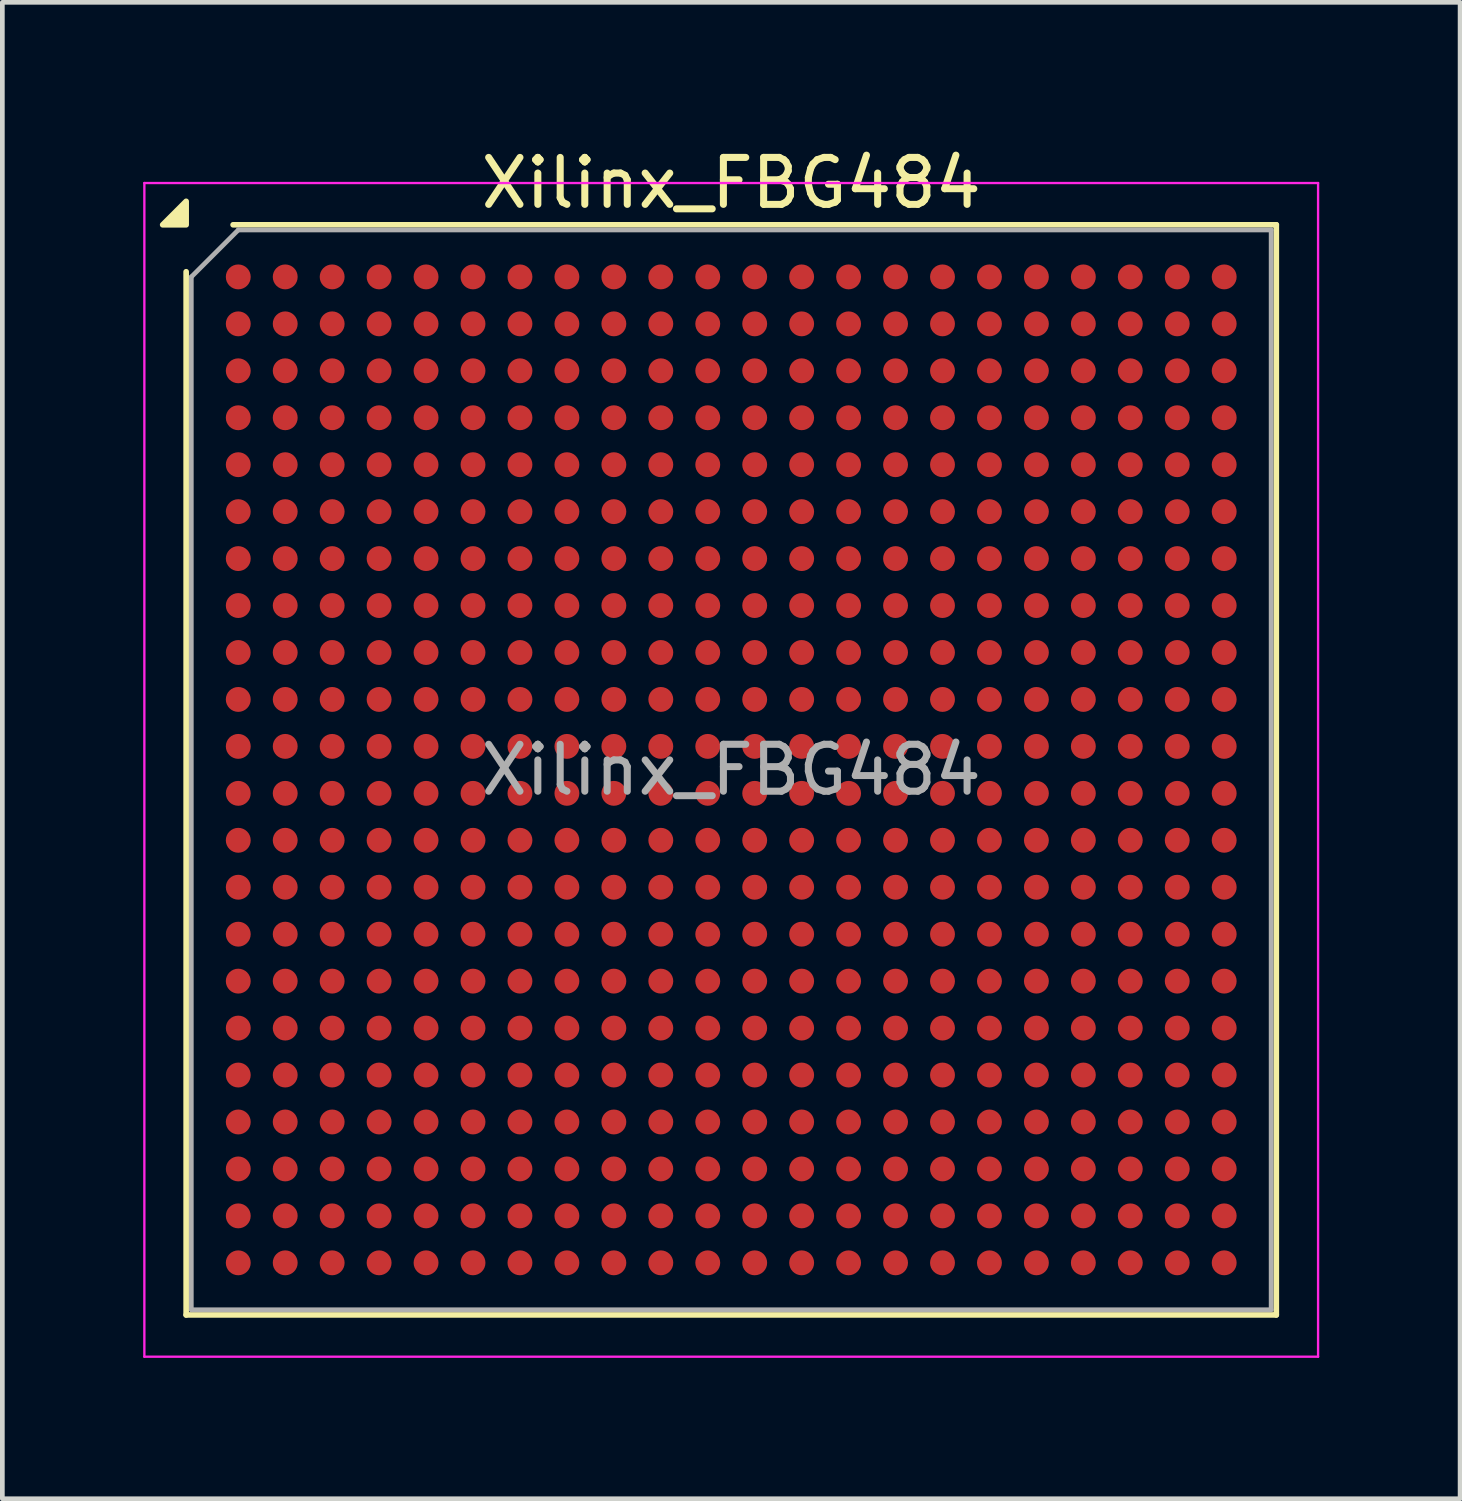
<source format=kicad_pcb>
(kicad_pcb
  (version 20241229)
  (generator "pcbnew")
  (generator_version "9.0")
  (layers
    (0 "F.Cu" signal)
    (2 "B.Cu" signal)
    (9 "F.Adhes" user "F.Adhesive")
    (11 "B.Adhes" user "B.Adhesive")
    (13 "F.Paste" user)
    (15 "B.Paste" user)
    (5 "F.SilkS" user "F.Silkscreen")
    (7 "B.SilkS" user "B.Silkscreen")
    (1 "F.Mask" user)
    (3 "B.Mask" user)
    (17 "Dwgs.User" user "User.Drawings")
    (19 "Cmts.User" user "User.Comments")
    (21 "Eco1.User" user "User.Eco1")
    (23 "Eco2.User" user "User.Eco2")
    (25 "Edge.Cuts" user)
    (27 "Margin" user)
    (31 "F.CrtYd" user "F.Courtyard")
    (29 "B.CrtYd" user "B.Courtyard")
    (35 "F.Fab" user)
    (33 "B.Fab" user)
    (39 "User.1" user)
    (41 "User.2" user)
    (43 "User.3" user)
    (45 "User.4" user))
  (footprint "Xilinx_FBG484"
    (layer "F.Cu")
    (at 12.525 13.348)
    (property "Reference" "Xilinx_FBG484" (at 0 -12.5 0) (layer "F.SilkS") (effects (font (size 1 1) (thickness 0.15))))
    (attr smd)
    (fp_line (start -11.61 11.61) (end -11.61 -10.61) (stroke (width 0.12) (type solid)) (layer "F.SilkS"))
    (fp_line (start -10.61 -11.61) (end 11.61 -11.61) (stroke (width 0.12) (type solid)) (layer "F.SilkS"))
    (fp_line (start 11.61 -11.61) (end 11.61 11.61) (stroke (width 0.12) (type solid)) (layer "F.SilkS"))
    (fp_line (start 11.61 11.61) (end -11.61 11.61) (stroke (width 0.12) (type solid)) (layer "F.SilkS"))
    (fp_poly (pts (xy -11.61 -11.61) (xy -12.11 -11.61) (xy -11.61 -12.11) (xy -11.61 -11.61)) (stroke (width 0.12) (type solid)) (fill yes) (layer "F.SilkS"))
    (fp_line (start -12.5 -12.5) (end -12.5 12.5) (stroke (width 0.05) (type solid)) (layer "F.CrtYd"))
    (fp_line (start -12.5 12.5) (end 12.5 12.5) (stroke (width 0.05) (type solid)) (layer "F.CrtYd"))
    (fp_line (start 12.5 -12.5) (end -12.5 -12.5) (stroke (width 0.05) (type solid)) (layer "F.CrtYd"))
    (fp_line (start 12.5 12.5) (end 12.5 -12.5) (stroke (width 0.05) (type solid)) (layer "F.CrtYd"))
    (fp_line (start -11.5 -10.5) (end -10.5 -11.5) (stroke (width 0.1) (type solid)) (layer "F.Fab"))
    (fp_line (start -11.5 11.5) (end -11.5 -10.5) (stroke (width 0.1) (type solid)) (layer "F.Fab"))
    (fp_line (start -10.5 -11.5) (end 11.5 -11.5) (stroke (width 0.1) (type solid)) (layer "F.Fab"))
    (fp_line (start 11.5 -11.5) (end 11.5 11.5) (stroke (width 0.1) (type solid)) (layer "F.Fab"))
    (fp_line (start 11.5 11.5) (end -11.5 11.5) (stroke (width 0.1) (type solid)) (layer "F.Fab"))
    (fp_text user "${REFERENCE}" (at 0 0 0) (layer "F.Fab") (effects (font (size 1 1) (thickness 0.15))))
    (pad "A1" smd circle (at -10.5 -10.5) (size 0.53 0.53) (property pad_prop_bga) (layers "F.Cu" "F.Mask" "F.Paste"))
    (pad "A2" smd circle (at -9.5 -10.5) (size 0.53 0.53) (property pad_prop_bga) (layers "F.Cu" "F.Mask" "F.Paste"))
    (pad "A3" smd circle (at -8.5 -10.5) (size 0.53 0.53) (property pad_prop_bga) (layers "F.Cu" "F.Mask" "F.Paste"))
    (pad "A4" smd circle (at -7.5 -10.5) (size 0.53 0.53) (property pad_prop_bga) (layers "F.Cu" "F.Mask" "F.Paste"))
    (pad "A5" smd circle (at -6.5 -10.5) (size 0.53 0.53) (property pad_prop_bga) (layers "F.Cu" "F.Mask" "F.Paste"))
    (pad "A6" smd circle (at -5.5 -10.5) (size 0.53 0.53) (property pad_prop_bga) (layers "F.Cu" "F.Mask" "F.Paste"))
    (pad "A7" smd circle (at -4.5 -10.5) (size 0.53 0.53) (property pad_prop_bga) (layers "F.Cu" "F.Mask" "F.Paste"))
    (pad "A8" smd circle (at -3.5 -10.5) (size 0.53 0.53) (property pad_prop_bga) (layers "F.Cu" "F.Mask" "F.Paste"))
    (pad "A9" smd circle (at -2.5 -10.5) (size 0.53 0.53) (property pad_prop_bga) (layers "F.Cu" "F.Mask" "F.Paste"))
    (pad "A10" smd circle (at -1.5 -10.5) (size 0.53 0.53) (property pad_prop_bga) (layers "F.Cu" "F.Mask" "F.Paste"))
    (pad "A11" smd circle (at -0.5 -10.5) (size 0.53 0.53) (property pad_prop_bga) (layers "F.Cu" "F.Mask" "F.Paste"))
    (pad "A12" smd circle (at 0.5 -10.5) (size 0.53 0.53) (property pad_prop_bga) (layers "F.Cu" "F.Mask" "F.Paste"))
    (pad "A13" smd circle (at 1.5 -10.5) (size 0.53 0.53) (property pad_prop_bga) (layers "F.Cu" "F.Mask" "F.Paste"))
    (pad "A14" smd circle (at 2.5 -10.5) (size 0.53 0.53) (property pad_prop_bga) (layers "F.Cu" "F.Mask" "F.Paste"))
    (pad "A15" smd circle (at 3.5 -10.5) (size 0.53 0.53) (property pad_prop_bga) (layers "F.Cu" "F.Mask" "F.Paste"))
    (pad "A16" smd circle (at 4.5 -10.5) (size 0.53 0.53) (property pad_prop_bga) (layers "F.Cu" "F.Mask" "F.Paste"))
    (pad "A17" smd circle (at 5.5 -10.5) (size 0.53 0.53) (property pad_prop_bga) (layers "F.Cu" "F.Mask" "F.Paste"))
    (pad "A18" smd circle (at 6.5 -10.5) (size 0.53 0.53) (property pad_prop_bga) (layers "F.Cu" "F.Mask" "F.Paste"))
    (pad "A19" smd circle (at 7.5 -10.5) (size 0.53 0.53) (property pad_prop_bga) (layers "F.Cu" "F.Mask" "F.Paste"))
    (pad "A20" smd circle (at 8.5 -10.5) (size 0.53 0.53) (property pad_prop_bga) (layers "F.Cu" "F.Mask" "F.Paste"))
    (pad "A21" smd circle (at 9.5 -10.5) (size 0.53 0.53) (property pad_prop_bga) (layers "F.Cu" "F.Mask" "F.Paste"))
    (pad "A22" smd circle (at 10.5 -10.5) (size 0.53 0.53) (property pad_prop_bga) (layers "F.Cu" "F.Mask" "F.Paste"))
    (pad "AA1" smd circle (at -10.5 9.5) (size 0.53 0.53) (property pad_prop_bga) (layers "F.Cu" "F.Mask" "F.Paste"))
    (pad "AA2" smd circle (at -9.5 9.5) (size 0.53 0.53) (property pad_prop_bga) (layers "F.Cu" "F.Mask" "F.Paste"))
    (pad "AA3" smd circle (at -8.5 9.5) (size 0.53 0.53) (property pad_prop_bga) (layers "F.Cu" "F.Mask" "F.Paste"))
    (pad "AA4" smd circle (at -7.5 9.5) (size 0.53 0.53) (property pad_prop_bga) (layers "F.Cu" "F.Mask" "F.Paste"))
    (pad "AA5" smd circle (at -6.5 9.5) (size 0.53 0.53) (property pad_prop_bga) (layers "F.Cu" "F.Mask" "F.Paste"))
    (pad "AA6" smd circle (at -5.5 9.5) (size 0.53 0.53) (property pad_prop_bga) (layers "F.Cu" "F.Mask" "F.Paste"))
    (pad "AA7" smd circle (at -4.5 9.5) (size 0.53 0.53) (property pad_prop_bga) (layers "F.Cu" "F.Mask" "F.Paste"))
    (pad "AA8" smd circle (at -3.5 9.5) (size 0.53 0.53) (property pad_prop_bga) (layers "F.Cu" "F.Mask" "F.Paste"))
    (pad "AA9" smd circle (at -2.5 9.5) (size 0.53 0.53) (property pad_prop_bga) (layers "F.Cu" "F.Mask" "F.Paste"))
    (pad "AA10" smd circle (at -1.5 9.5) (size 0.53 0.53) (property pad_prop_bga) (layers "F.Cu" "F.Mask" "F.Paste"))
    (pad "AA11" smd circle (at -0.5 9.5) (size 0.53 0.53) (property pad_prop_bga) (layers "F.Cu" "F.Mask" "F.Paste"))
    (pad "AA12" smd circle (at 0.5 9.5) (size 0.53 0.53) (property pad_prop_bga) (layers "F.Cu" "F.Mask" "F.Paste"))
    (pad "AA13" smd circle (at 1.5 9.5) (size 0.53 0.53) (property pad_prop_bga) (layers "F.Cu" "F.Mask" "F.Paste"))
    (pad "AA14" smd circle (at 2.5 9.5) (size 0.53 0.53) (property pad_prop_bga) (layers "F.Cu" "F.Mask" "F.Paste"))
    (pad "AA15" smd circle (at 3.5 9.5) (size 0.53 0.53) (property pad_prop_bga) (layers "F.Cu" "F.Mask" "F.Paste"))
    (pad "AA16" smd circle (at 4.5 9.5) (size 0.53 0.53) (property pad_prop_bga) (layers "F.Cu" "F.Mask" "F.Paste"))
    (pad "AA17" smd circle (at 5.5 9.5) (size 0.53 0.53) (property pad_prop_bga) (layers "F.Cu" "F.Mask" "F.Paste"))
    (pad "AA18" smd circle (at 6.5 9.5) (size 0.53 0.53) (property pad_prop_bga) (layers "F.Cu" "F.Mask" "F.Paste"))
    (pad "AA19" smd circle (at 7.5 9.5) (size 0.53 0.53) (property pad_prop_bga) (layers "F.Cu" "F.Mask" "F.Paste"))
    (pad "AA20" smd circle (at 8.5 9.5) (size 0.53 0.53) (property pad_prop_bga) (layers "F.Cu" "F.Mask" "F.Paste"))
    (pad "AA21" smd circle (at 9.5 9.5) (size 0.53 0.53) (property pad_prop_bga) (layers "F.Cu" "F.Mask" "F.Paste"))
    (pad "AA22" smd circle (at 10.5 9.5) (size 0.53 0.53) (property pad_prop_bga) (layers "F.Cu" "F.Mask" "F.Paste"))
    (pad "AB1" smd circle (at -10.5 10.5) (size 0.53 0.53) (property pad_prop_bga) (layers "F.Cu" "F.Mask" "F.Paste"))
    (pad "AB2" smd circle (at -9.5 10.5) (size 0.53 0.53) (property pad_prop_bga) (layers "F.Cu" "F.Mask" "F.Paste"))
    (pad "AB3" smd circle (at -8.5 10.5) (size 0.53 0.53) (property pad_prop_bga) (layers "F.Cu" "F.Mask" "F.Paste"))
    (pad "AB4" smd circle (at -7.5 10.5) (size 0.53 0.53) (property pad_prop_bga) (layers "F.Cu" "F.Mask" "F.Paste"))
    (pad "AB5" smd circle (at -6.5 10.5) (size 0.53 0.53) (property pad_prop_bga) (layers "F.Cu" "F.Mask" "F.Paste"))
    (pad "AB6" smd circle (at -5.5 10.5) (size 0.53 0.53) (property pad_prop_bga) (layers "F.Cu" "F.Mask" "F.Paste"))
    (pad "AB7" smd circle (at -4.5 10.5) (size 0.53 0.53) (property pad_prop_bga) (layers "F.Cu" "F.Mask" "F.Paste"))
    (pad "AB8" smd circle (at -3.5 10.5) (size 0.53 0.53) (property pad_prop_bga) (layers "F.Cu" "F.Mask" "F.Paste"))
    (pad "AB9" smd circle (at -2.5 10.5) (size 0.53 0.53) (property pad_prop_bga) (layers "F.Cu" "F.Mask" "F.Paste"))
    (pad "AB10" smd circle (at -1.5 10.5) (size 0.53 0.53) (property pad_prop_bga) (layers "F.Cu" "F.Mask" "F.Paste"))
    (pad "AB11" smd circle (at -0.5 10.5) (size 0.53 0.53) (property pad_prop_bga) (layers "F.Cu" "F.Mask" "F.Paste"))
    (pad "AB12" smd circle (at 0.5 10.5) (size 0.53 0.53) (property pad_prop_bga) (layers "F.Cu" "F.Mask" "F.Paste"))
    (pad "AB13" smd circle (at 1.5 10.5) (size 0.53 0.53) (property pad_prop_bga) (layers "F.Cu" "F.Mask" "F.Paste"))
    (pad "AB14" smd circle (at 2.5 10.5) (size 0.53 0.53) (property pad_prop_bga) (layers "F.Cu" "F.Mask" "F.Paste"))
    (pad "AB15" smd circle (at 3.5 10.5) (size 0.53 0.53) (property pad_prop_bga) (layers "F.Cu" "F.Mask" "F.Paste"))
    (pad "AB16" smd circle (at 4.5 10.5) (size 0.53 0.53) (property pad_prop_bga) (layers "F.Cu" "F.Mask" "F.Paste"))
    (pad "AB17" smd circle (at 5.5 10.5) (size 0.53 0.53) (property pad_prop_bga) (layers "F.Cu" "F.Mask" "F.Paste"))
    (pad "AB18" smd circle (at 6.5 10.5) (size 0.53 0.53) (property pad_prop_bga) (layers "F.Cu" "F.Mask" "F.Paste"))
    (pad "AB19" smd circle (at 7.5 10.5) (size 0.53 0.53) (property pad_prop_bga) (layers "F.Cu" "F.Mask" "F.Paste"))
    (pad "AB20" smd circle (at 8.5 10.5) (size 0.53 0.53) (property pad_prop_bga) (layers "F.Cu" "F.Mask" "F.Paste"))
    (pad "AB21" smd circle (at 9.5 10.5) (size 0.53 0.53) (property pad_prop_bga) (layers "F.Cu" "F.Mask" "F.Paste"))
    (pad "AB22" smd circle (at 10.5 10.5) (size 0.53 0.53) (property pad_prop_bga) (layers "F.Cu" "F.Mask" "F.Paste"))
    (pad "B1" smd circle (at -10.5 -9.5) (size 0.53 0.53) (property pad_prop_bga) (layers "F.Cu" "F.Mask" "F.Paste"))
    (pad "B2" smd circle (at -9.5 -9.5) (size 0.53 0.53) (property pad_prop_bga) (layers "F.Cu" "F.Mask" "F.Paste"))
    (pad "B3" smd circle (at -8.5 -9.5) (size 0.53 0.53) (property pad_prop_bga) (layers "F.Cu" "F.Mask" "F.Paste"))
    (pad "B4" smd circle (at -7.5 -9.5) (size 0.53 0.53) (property pad_prop_bga) (layers "F.Cu" "F.Mask" "F.Paste"))
    (pad "B5" smd circle (at -6.5 -9.5) (size 0.53 0.53) (property pad_prop_bga) (layers "F.Cu" "F.Mask" "F.Paste"))
    (pad "B6" smd circle (at -5.5 -9.5) (size 0.53 0.53) (property pad_prop_bga) (layers "F.Cu" "F.Mask" "F.Paste"))
    (pad "B7" smd circle (at -4.5 -9.5) (size 0.53 0.53) (property pad_prop_bga) (layers "F.Cu" "F.Mask" "F.Paste"))
    (pad "B8" smd circle (at -3.5 -9.5) (size 0.53 0.53) (property pad_prop_bga) (layers "F.Cu" "F.Mask" "F.Paste"))
    (pad "B9" smd circle (at -2.5 -9.5) (size 0.53 0.53) (property pad_prop_bga) (layers "F.Cu" "F.Mask" "F.Paste"))
    (pad "B10" smd circle (at -1.5 -9.5) (size 0.53 0.53) (property pad_prop_bga) (layers "F.Cu" "F.Mask" "F.Paste"))
    (pad "B11" smd circle (at -0.5 -9.5) (size 0.53 0.53) (property pad_prop_bga) (layers "F.Cu" "F.Mask" "F.Paste"))
    (pad "B12" smd circle (at 0.5 -9.5) (size 0.53 0.53) (property pad_prop_bga) (layers "F.Cu" "F.Mask" "F.Paste"))
    (pad "B13" smd circle (at 1.5 -9.5) (size 0.53 0.53) (property pad_prop_bga) (layers "F.Cu" "F.Mask" "F.Paste"))
    (pad "B14" smd circle (at 2.5 -9.5) (size 0.53 0.53) (property pad_prop_bga) (layers "F.Cu" "F.Mask" "F.Paste"))
    (pad "B15" smd circle (at 3.5 -9.5) (size 0.53 0.53) (property pad_prop_bga) (layers "F.Cu" "F.Mask" "F.Paste"))
    (pad "B16" smd circle (at 4.5 -9.5) (size 0.53 0.53) (property pad_prop_bga) (layers "F.Cu" "F.Mask" "F.Paste"))
    (pad "B17" smd circle (at 5.5 -9.5) (size 0.53 0.53) (property pad_prop_bga) (layers "F.Cu" "F.Mask" "F.Paste"))
    (pad "B18" smd circle (at 6.5 -9.5) (size 0.53 0.53) (property pad_prop_bga) (layers "F.Cu" "F.Mask" "F.Paste"))
    (pad "B19" smd circle (at 7.5 -9.5) (size 0.53 0.53) (property pad_prop_bga) (layers "F.Cu" "F.Mask" "F.Paste"))
    (pad "B20" smd circle (at 8.5 -9.5) (size 0.53 0.53) (property pad_prop_bga) (layers "F.Cu" "F.Mask" "F.Paste"))
    (pad "B21" smd circle (at 9.5 -9.5) (size 0.53 0.53) (property pad_prop_bga) (layers "F.Cu" "F.Mask" "F.Paste"))
    (pad "B22" smd circle (at 10.5 -9.5) (size 0.53 0.53) (property pad_prop_bga) (layers "F.Cu" "F.Mask" "F.Paste"))
    (pad "C1" smd circle (at -10.5 -8.5) (size 0.53 0.53) (property pad_prop_bga) (layers "F.Cu" "F.Mask" "F.Paste"))
    (pad "C2" smd circle (at -9.5 -8.5) (size 0.53 0.53) (property pad_prop_bga) (layers "F.Cu" "F.Mask" "F.Paste"))
    (pad "C3" smd circle (at -8.5 -8.5) (size 0.53 0.53) (property pad_prop_bga) (layers "F.Cu" "F.Mask" "F.Paste"))
    (pad "C4" smd circle (at -7.5 -8.5) (size 0.53 0.53) (property pad_prop_bga) (layers "F.Cu" "F.Mask" "F.Paste"))
    (pad "C5" smd circle (at -6.5 -8.5) (size 0.53 0.53) (property pad_prop_bga) (layers "F.Cu" "F.Mask" "F.Paste"))
    (pad "C6" smd circle (at -5.5 -8.5) (size 0.53 0.53) (property pad_prop_bga) (layers "F.Cu" "F.Mask" "F.Paste"))
    (pad "C7" smd circle (at -4.5 -8.5) (size 0.53 0.53) (property pad_prop_bga) (layers "F.Cu" "F.Mask" "F.Paste"))
    (pad "C8" smd circle (at -3.5 -8.5) (size 0.53 0.53) (property pad_prop_bga) (layers "F.Cu" "F.Mask" "F.Paste"))
    (pad "C9" smd circle (at -2.5 -8.5) (size 0.53 0.53) (property pad_prop_bga) (layers "F.Cu" "F.Mask" "F.Paste"))
    (pad "C10" smd circle (at -1.5 -8.5) (size 0.53 0.53) (property pad_prop_bga) (layers "F.Cu" "F.Mask" "F.Paste"))
    (pad "C11" smd circle (at -0.5 -8.5) (size 0.53 0.53) (property pad_prop_bga) (layers "F.Cu" "F.Mask" "F.Paste"))
    (pad "C12" smd circle (at 0.5 -8.5) (size 0.53 0.53) (property pad_prop_bga) (layers "F.Cu" "F.Mask" "F.Paste"))
    (pad "C13" smd circle (at 1.5 -8.5) (size 0.53 0.53) (property pad_prop_bga) (layers "F.Cu" "F.Mask" "F.Paste"))
    (pad "C14" smd circle (at 2.5 -8.5) (size 0.53 0.53) (property pad_prop_bga) (layers "F.Cu" "F.Mask" "F.Paste"))
    (pad "C15" smd circle (at 3.5 -8.5) (size 0.53 0.53) (property pad_prop_bga) (layers "F.Cu" "F.Mask" "F.Paste"))
    (pad "C16" smd circle (at 4.5 -8.5) (size 0.53 0.53) (property pad_prop_bga) (layers "F.Cu" "F.Mask" "F.Paste"))
    (pad "C17" smd circle (at 5.5 -8.5) (size 0.53 0.53) (property pad_prop_bga) (layers "F.Cu" "F.Mask" "F.Paste"))
    (pad "C18" smd circle (at 6.5 -8.5) (size 0.53 0.53) (property pad_prop_bga) (layers "F.Cu" "F.Mask" "F.Paste"))
    (pad "C19" smd circle (at 7.5 -8.5) (size 0.53 0.53) (property pad_prop_bga) (layers "F.Cu" "F.Mask" "F.Paste"))
    (pad "C20" smd circle (at 8.5 -8.5) (size 0.53 0.53) (property pad_prop_bga) (layers "F.Cu" "F.Mask" "F.Paste"))
    (pad "C21" smd circle (at 9.5 -8.5) (size 0.53 0.53) (property pad_prop_bga) (layers "F.Cu" "F.Mask" "F.Paste"))
    (pad "C22" smd circle (at 10.5 -8.5) (size 0.53 0.53) (property pad_prop_bga) (layers "F.Cu" "F.Mask" "F.Paste"))
    (pad "D1" smd circle (at -10.5 -7.5) (size 0.53 0.53) (property pad_prop_bga) (layers "F.Cu" "F.Mask" "F.Paste"))
    (pad "D2" smd circle (at -9.5 -7.5) (size 0.53 0.53) (property pad_prop_bga) (layers "F.Cu" "F.Mask" "F.Paste"))
    (pad "D3" smd circle (at -8.5 -7.5) (size 0.53 0.53) (property pad_prop_bga) (layers "F.Cu" "F.Mask" "F.Paste"))
    (pad "D4" smd circle (at -7.5 -7.5) (size 0.53 0.53) (property pad_prop_bga) (layers "F.Cu" "F.Mask" "F.Paste"))
    (pad "D5" smd circle (at -6.5 -7.5) (size 0.53 0.53) (property pad_prop_bga) (layers "F.Cu" "F.Mask" "F.Paste"))
    (pad "D6" smd circle (at -5.5 -7.5) (size 0.53 0.53) (property pad_prop_bga) (layers "F.Cu" "F.Mask" "F.Paste"))
    (pad "D7" smd circle (at -4.5 -7.5) (size 0.53 0.53) (property pad_prop_bga) (layers "F.Cu" "F.Mask" "F.Paste"))
    (pad "D8" smd circle (at -3.5 -7.5) (size 0.53 0.53) (property pad_prop_bga) (layers "F.Cu" "F.Mask" "F.Paste"))
    (pad "D9" smd circle (at -2.5 -7.5) (size 0.53 0.53) (property pad_prop_bga) (layers "F.Cu" "F.Mask" "F.Paste"))
    (pad "D10" smd circle (at -1.5 -7.5) (size 0.53 0.53) (property pad_prop_bga) (layers "F.Cu" "F.Mask" "F.Paste"))
    (pad "D11" smd circle (at -0.5 -7.5) (size 0.53 0.53) (property pad_prop_bga) (layers "F.Cu" "F.Mask" "F.Paste"))
    (pad "D12" smd circle (at 0.5 -7.5) (size 0.53 0.53) (property pad_prop_bga) (layers "F.Cu" "F.Mask" "F.Paste"))
    (pad "D13" smd circle (at 1.5 -7.5) (size 0.53 0.53) (property pad_prop_bga) (layers "F.Cu" "F.Mask" "F.Paste"))
    (pad "D14" smd circle (at 2.5 -7.5) (size 0.53 0.53) (property pad_prop_bga) (layers "F.Cu" "F.Mask" "F.Paste"))
    (pad "D15" smd circle (at 3.5 -7.5) (size 0.53 0.53) (property pad_prop_bga) (layers "F.Cu" "F.Mask" "F.Paste"))
    (pad "D16" smd circle (at 4.5 -7.5) (size 0.53 0.53) (property pad_prop_bga) (layers "F.Cu" "F.Mask" "F.Paste"))
    (pad "D17" smd circle (at 5.5 -7.5) (size 0.53 0.53) (property pad_prop_bga) (layers "F.Cu" "F.Mask" "F.Paste"))
    (pad "D18" smd circle (at 6.5 -7.5) (size 0.53 0.53) (property pad_prop_bga) (layers "F.Cu" "F.Mask" "F.Paste"))
    (pad "D19" smd circle (at 7.5 -7.5) (size 0.53 0.53) (property pad_prop_bga) (layers "F.Cu" "F.Mask" "F.Paste"))
    (pad "D20" smd circle (at 8.5 -7.5) (size 0.53 0.53) (property pad_prop_bga) (layers "F.Cu" "F.Mask" "F.Paste"))
    (pad "D21" smd circle (at 9.5 -7.5) (size 0.53 0.53) (property pad_prop_bga) (layers "F.Cu" "F.Mask" "F.Paste"))
    (pad "D22" smd circle (at 10.5 -7.5) (size 0.53 0.53) (property pad_prop_bga) (layers "F.Cu" "F.Mask" "F.Paste"))
    (pad "E1" smd circle (at -10.5 -6.5) (size 0.53 0.53) (property pad_prop_bga) (layers "F.Cu" "F.Mask" "F.Paste"))
    (pad "E2" smd circle (at -9.5 -6.5) (size 0.53 0.53) (property pad_prop_bga) (layers "F.Cu" "F.Mask" "F.Paste"))
    (pad "E3" smd circle (at -8.5 -6.5) (size 0.53 0.53) (property pad_prop_bga) (layers "F.Cu" "F.Mask" "F.Paste"))
    (pad "E4" smd circle (at -7.5 -6.5) (size 0.53 0.53) (property pad_prop_bga) (layers "F.Cu" "F.Mask" "F.Paste"))
    (pad "E5" smd circle (at -6.5 -6.5) (size 0.53 0.53) (property pad_prop_bga) (layers "F.Cu" "F.Mask" "F.Paste"))
    (pad "E6" smd circle (at -5.5 -6.5) (size 0.53 0.53) (property pad_prop_bga) (layers "F.Cu" "F.Mask" "F.Paste"))
    (pad "E7" smd circle (at -4.5 -6.5) (size 0.53 0.53) (property pad_prop_bga) (layers "F.Cu" "F.Mask" "F.Paste"))
    (pad "E8" smd circle (at -3.5 -6.5) (size 0.53 0.53) (property pad_prop_bga) (layers "F.Cu" "F.Mask" "F.Paste"))
    (pad "E9" smd circle (at -2.5 -6.5) (size 0.53 0.53) (property pad_prop_bga) (layers "F.Cu" "F.Mask" "F.Paste"))
    (pad "E10" smd circle (at -1.5 -6.5) (size 0.53 0.53) (property pad_prop_bga) (layers "F.Cu" "F.Mask" "F.Paste"))
    (pad "E11" smd circle (at -0.5 -6.5) (size 0.53 0.53) (property pad_prop_bga) (layers "F.Cu" "F.Mask" "F.Paste"))
    (pad "E12" smd circle (at 0.5 -6.5) (size 0.53 0.53) (property pad_prop_bga) (layers "F.Cu" "F.Mask" "F.Paste"))
    (pad "E13" smd circle (at 1.5 -6.5) (size 0.53 0.53) (property pad_prop_bga) (layers "F.Cu" "F.Mask" "F.Paste"))
    (pad "E14" smd circle (at 2.5 -6.5) (size 0.53 0.53) (property pad_prop_bga) (layers "F.Cu" "F.Mask" "F.Paste"))
    (pad "E15" smd circle (at 3.5 -6.5) (size 0.53 0.53) (property pad_prop_bga) (layers "F.Cu" "F.Mask" "F.Paste"))
    (pad "E16" smd circle (at 4.5 -6.5) (size 0.53 0.53) (property pad_prop_bga) (layers "F.Cu" "F.Mask" "F.Paste"))
    (pad "E17" smd circle (at 5.5 -6.5) (size 0.53 0.53) (property pad_prop_bga) (layers "F.Cu" "F.Mask" "F.Paste"))
    (pad "E18" smd circle (at 6.5 -6.5) (size 0.53 0.53) (property pad_prop_bga) (layers "F.Cu" "F.Mask" "F.Paste"))
    (pad "E19" smd circle (at 7.5 -6.5) (size 0.53 0.53) (property pad_prop_bga) (layers "F.Cu" "F.Mask" "F.Paste"))
    (pad "E20" smd circle (at 8.5 -6.5) (size 0.53 0.53) (property pad_prop_bga) (layers "F.Cu" "F.Mask" "F.Paste"))
    (pad "E21" smd circle (at 9.5 -6.5) (size 0.53 0.53) (property pad_prop_bga) (layers "F.Cu" "F.Mask" "F.Paste"))
    (pad "E22" smd circle (at 10.5 -6.5) (size 0.53 0.53) (property pad_prop_bga) (layers "F.Cu" "F.Mask" "F.Paste"))
    (pad "F1" smd circle (at -10.5 -5.5) (size 0.53 0.53) (property pad_prop_bga) (layers "F.Cu" "F.Mask" "F.Paste"))
    (pad "F2" smd circle (at -9.5 -5.5) (size 0.53 0.53) (property pad_prop_bga) (layers "F.Cu" "F.Mask" "F.Paste"))
    (pad "F3" smd circle (at -8.5 -5.5) (size 0.53 0.53) (property pad_prop_bga) (layers "F.Cu" "F.Mask" "F.Paste"))
    (pad "F4" smd circle (at -7.5 -5.5) (size 0.53 0.53) (property pad_prop_bga) (layers "F.Cu" "F.Mask" "F.Paste"))
    (pad "F5" smd circle (at -6.5 -5.5) (size 0.53 0.53) (property pad_prop_bga) (layers "F.Cu" "F.Mask" "F.Paste"))
    (pad "F6" smd circle (at -5.5 -5.5) (size 0.53 0.53) (property pad_prop_bga) (layers "F.Cu" "F.Mask" "F.Paste"))
    (pad "F7" smd circle (at -4.5 -5.5) (size 0.53 0.53) (property pad_prop_bga) (layers "F.Cu" "F.Mask" "F.Paste"))
    (pad "F8" smd circle (at -3.5 -5.5) (size 0.53 0.53) (property pad_prop_bga) (layers "F.Cu" "F.Mask" "F.Paste"))
    (pad "F9" smd circle (at -2.5 -5.5) (size 0.53 0.53) (property pad_prop_bga) (layers "F.Cu" "F.Mask" "F.Paste"))
    (pad "F10" smd circle (at -1.5 -5.5) (size 0.53 0.53) (property pad_prop_bga) (layers "F.Cu" "F.Mask" "F.Paste"))
    (pad "F11" smd circle (at -0.5 -5.5) (size 0.53 0.53) (property pad_prop_bga) (layers "F.Cu" "F.Mask" "F.Paste"))
    (pad "F12" smd circle (at 0.5 -5.5) (size 0.53 0.53) (property pad_prop_bga) (layers "F.Cu" "F.Mask" "F.Paste"))
    (pad "F13" smd circle (at 1.5 -5.5) (size 0.53 0.53) (property pad_prop_bga) (layers "F.Cu" "F.Mask" "F.Paste"))
    (pad "F14" smd circle (at 2.5 -5.5) (size 0.53 0.53) (property pad_prop_bga) (layers "F.Cu" "F.Mask" "F.Paste"))
    (pad "F15" smd circle (at 3.5 -5.5) (size 0.53 0.53) (property pad_prop_bga) (layers "F.Cu" "F.Mask" "F.Paste"))
    (pad "F16" smd circle (at 4.5 -5.5) (size 0.53 0.53) (property pad_prop_bga) (layers "F.Cu" "F.Mask" "F.Paste"))
    (pad "F17" smd circle (at 5.5 -5.5) (size 0.53 0.53) (property pad_prop_bga) (layers "F.Cu" "F.Mask" "F.Paste"))
    (pad "F18" smd circle (at 6.5 -5.5) (size 0.53 0.53) (property pad_prop_bga) (layers "F.Cu" "F.Mask" "F.Paste"))
    (pad "F19" smd circle (at 7.5 -5.5) (size 0.53 0.53) (property pad_prop_bga) (layers "F.Cu" "F.Mask" "F.Paste"))
    (pad "F20" smd circle (at 8.5 -5.5) (size 0.53 0.53) (property pad_prop_bga) (layers "F.Cu" "F.Mask" "F.Paste"))
    (pad "F21" smd circle (at 9.5 -5.5) (size 0.53 0.53) (property pad_prop_bga) (layers "F.Cu" "F.Mask" "F.Paste"))
    (pad "F22" smd circle (at 10.5 -5.5) (size 0.53 0.53) (property pad_prop_bga) (layers "F.Cu" "F.Mask" "F.Paste"))
    (pad "G1" smd circle (at -10.5 -4.5) (size 0.53 0.53) (property pad_prop_bga) (layers "F.Cu" "F.Mask" "F.Paste"))
    (pad "G2" smd circle (at -9.5 -4.5) (size 0.53 0.53) (property pad_prop_bga) (layers "F.Cu" "F.Mask" "F.Paste"))
    (pad "G3" smd circle (at -8.5 -4.5) (size 0.53 0.53) (property pad_prop_bga) (layers "F.Cu" "F.Mask" "F.Paste"))
    (pad "G4" smd circle (at -7.5 -4.5) (size 0.53 0.53) (property pad_prop_bga) (layers "F.Cu" "F.Mask" "F.Paste"))
    (pad "G5" smd circle (at -6.5 -4.5) (size 0.53 0.53) (property pad_prop_bga) (layers "F.Cu" "F.Mask" "F.Paste"))
    (pad "G6" smd circle (at -5.5 -4.5) (size 0.53 0.53) (property pad_prop_bga) (layers "F.Cu" "F.Mask" "F.Paste"))
    (pad "G7" smd circle (at -4.5 -4.5) (size 0.53 0.53) (property pad_prop_bga) (layers "F.Cu" "F.Mask" "F.Paste"))
    (pad "G8" smd circle (at -3.5 -4.5) (size 0.53 0.53) (property pad_prop_bga) (layers "F.Cu" "F.Mask" "F.Paste"))
    (pad "G9" smd circle (at -2.5 -4.5) (size 0.53 0.53) (property pad_prop_bga) (layers "F.Cu" "F.Mask" "F.Paste"))
    (pad "G10" smd circle (at -1.5 -4.5) (size 0.53 0.53) (property pad_prop_bga) (layers "F.Cu" "F.Mask" "F.Paste"))
    (pad "G11" smd circle (at -0.5 -4.5) (size 0.53 0.53) (property pad_prop_bga) (layers "F.Cu" "F.Mask" "F.Paste"))
    (pad "G12" smd circle (at 0.5 -4.5) (size 0.53 0.53) (property pad_prop_bga) (layers "F.Cu" "F.Mask" "F.Paste"))
    (pad "G13" smd circle (at 1.5 -4.5) (size 0.53 0.53) (property pad_prop_bga) (layers "F.Cu" "F.Mask" "F.Paste"))
    (pad "G14" smd circle (at 2.5 -4.5) (size 0.53 0.53) (property pad_prop_bga) (layers "F.Cu" "F.Mask" "F.Paste"))
    (pad "G15" smd circle (at 3.5 -4.5) (size 0.53 0.53) (property pad_prop_bga) (layers "F.Cu" "F.Mask" "F.Paste"))
    (pad "G16" smd circle (at 4.5 -4.5) (size 0.53 0.53) (property pad_prop_bga) (layers "F.Cu" "F.Mask" "F.Paste"))
    (pad "G17" smd circle (at 5.5 -4.5) (size 0.53 0.53) (property pad_prop_bga) (layers "F.Cu" "F.Mask" "F.Paste"))
    (pad "G18" smd circle (at 6.5 -4.5) (size 0.53 0.53) (property pad_prop_bga) (layers "F.Cu" "F.Mask" "F.Paste"))
    (pad "G19" smd circle (at 7.5 -4.5) (size 0.53 0.53) (property pad_prop_bga) (layers "F.Cu" "F.Mask" "F.Paste"))
    (pad "G20" smd circle (at 8.5 -4.5) (size 0.53 0.53) (property pad_prop_bga) (layers "F.Cu" "F.Mask" "F.Paste"))
    (pad "G21" smd circle (at 9.5 -4.5) (size 0.53 0.53) (property pad_prop_bga) (layers "F.Cu" "F.Mask" "F.Paste"))
    (pad "G22" smd circle (at 10.5 -4.5) (size 0.53 0.53) (property pad_prop_bga) (layers "F.Cu" "F.Mask" "F.Paste"))
    (pad "H1" smd circle (at -10.5 -3.5) (size 0.53 0.53) (property pad_prop_bga) (layers "F.Cu" "F.Mask" "F.Paste"))
    (pad "H2" smd circle (at -9.5 -3.5) (size 0.53 0.53) (property pad_prop_bga) (layers "F.Cu" "F.Mask" "F.Paste"))
    (pad "H3" smd circle (at -8.5 -3.5) (size 0.53 0.53) (property pad_prop_bga) (layers "F.Cu" "F.Mask" "F.Paste"))
    (pad "H4" smd circle (at -7.5 -3.5) (size 0.53 0.53) (property pad_prop_bga) (layers "F.Cu" "F.Mask" "F.Paste"))
    (pad "H5" smd circle (at -6.5 -3.5) (size 0.53 0.53) (property pad_prop_bga) (layers "F.Cu" "F.Mask" "F.Paste"))
    (pad "H6" smd circle (at -5.5 -3.5) (size 0.53 0.53) (property pad_prop_bga) (layers "F.Cu" "F.Mask" "F.Paste"))
    (pad "H7" smd circle (at -4.5 -3.5) (size 0.53 0.53) (property pad_prop_bga) (layers "F.Cu" "F.Mask" "F.Paste"))
    (pad "H8" smd circle (at -3.5 -3.5) (size 0.53 0.53) (property pad_prop_bga) (layers "F.Cu" "F.Mask" "F.Paste"))
    (pad "H9" smd circle (at -2.5 -3.5) (size 0.53 0.53) (property pad_prop_bga) (layers "F.Cu" "F.Mask" "F.Paste"))
    (pad "H10" smd circle (at -1.5 -3.5) (size 0.53 0.53) (property pad_prop_bga) (layers "F.Cu" "F.Mask" "F.Paste"))
    (pad "H11" smd circle (at -0.5 -3.5) (size 0.53 0.53) (property pad_prop_bga) (layers "F.Cu" "F.Mask" "F.Paste"))
    (pad "H12" smd circle (at 0.5 -3.5) (size 0.53 0.53) (property pad_prop_bga) (layers "F.Cu" "F.Mask" "F.Paste"))
    (pad "H13" smd circle (at 1.5 -3.5) (size 0.53 0.53) (property pad_prop_bga) (layers "F.Cu" "F.Mask" "F.Paste"))
    (pad "H14" smd circle (at 2.5 -3.5) (size 0.53 0.53) (property pad_prop_bga) (layers "F.Cu" "F.Mask" "F.Paste"))
    (pad "H15" smd circle (at 3.5 -3.5) (size 0.53 0.53) (property pad_prop_bga) (layers "F.Cu" "F.Mask" "F.Paste"))
    (pad "H16" smd circle (at 4.5 -3.5) (size 0.53 0.53) (property pad_prop_bga) (layers "F.Cu" "F.Mask" "F.Paste"))
    (pad "H17" smd circle (at 5.5 -3.5) (size 0.53 0.53) (property pad_prop_bga) (layers "F.Cu" "F.Mask" "F.Paste"))
    (pad "H18" smd circle (at 6.5 -3.5) (size 0.53 0.53) (property pad_prop_bga) (layers "F.Cu" "F.Mask" "F.Paste"))
    (pad "H19" smd circle (at 7.5 -3.5) (size 0.53 0.53) (property pad_prop_bga) (layers "F.Cu" "F.Mask" "F.Paste"))
    (pad "H20" smd circle (at 8.5 -3.5) (size 0.53 0.53) (property pad_prop_bga) (layers "F.Cu" "F.Mask" "F.Paste"))
    (pad "H21" smd circle (at 9.5 -3.5) (size 0.53 0.53) (property pad_prop_bga) (layers "F.Cu" "F.Mask" "F.Paste"))
    (pad "H22" smd circle (at 10.5 -3.5) (size 0.53 0.53) (property pad_prop_bga) (layers "F.Cu" "F.Mask" "F.Paste"))
    (pad "J1" smd circle (at -10.5 -2.5) (size 0.53 0.53) (property pad_prop_bga) (layers "F.Cu" "F.Mask" "F.Paste"))
    (pad "J2" smd circle (at -9.5 -2.5) (size 0.53 0.53) (property pad_prop_bga) (layers "F.Cu" "F.Mask" "F.Paste"))
    (pad "J3" smd circle (at -8.5 -2.5) (size 0.53 0.53) (property pad_prop_bga) (layers "F.Cu" "F.Mask" "F.Paste"))
    (pad "J4" smd circle (at -7.5 -2.5) (size 0.53 0.53) (property pad_prop_bga) (layers "F.Cu" "F.Mask" "F.Paste"))
    (pad "J5" smd circle (at -6.5 -2.5) (size 0.53 0.53) (property pad_prop_bga) (layers "F.Cu" "F.Mask" "F.Paste"))
    (pad "J6" smd circle (at -5.5 -2.5) (size 0.53 0.53) (property pad_prop_bga) (layers "F.Cu" "F.Mask" "F.Paste"))
    (pad "J7" smd circle (at -4.5 -2.5) (size 0.53 0.53) (property pad_prop_bga) (layers "F.Cu" "F.Mask" "F.Paste"))
    (pad "J8" smd circle (at -3.5 -2.5) (size 0.53 0.53) (property pad_prop_bga) (layers "F.Cu" "F.Mask" "F.Paste"))
    (pad "J9" smd circle (at -2.5 -2.5) (size 0.53 0.53) (property pad_prop_bga) (layers "F.Cu" "F.Mask" "F.Paste"))
    (pad "J10" smd circle (at -1.5 -2.5) (size 0.53 0.53) (property pad_prop_bga) (layers "F.Cu" "F.Mask" "F.Paste"))
    (pad "J11" smd circle (at -0.5 -2.5) (size 0.53 0.53) (property pad_prop_bga) (layers "F.Cu" "F.Mask" "F.Paste"))
    (pad "J12" smd circle (at 0.5 -2.5) (size 0.53 0.53) (property pad_prop_bga) (layers "F.Cu" "F.Mask" "F.Paste"))
    (pad "J13" smd circle (at 1.5 -2.5) (size 0.53 0.53) (property pad_prop_bga) (layers "F.Cu" "F.Mask" "F.Paste"))
    (pad "J14" smd circle (at 2.5 -2.5) (size 0.53 0.53) (property pad_prop_bga) (layers "F.Cu" "F.Mask" "F.Paste"))
    (pad "J15" smd circle (at 3.5 -2.5) (size 0.53 0.53) (property pad_prop_bga) (layers "F.Cu" "F.Mask" "F.Paste"))
    (pad "J16" smd circle (at 4.5 -2.5) (size 0.53 0.53) (property pad_prop_bga) (layers "F.Cu" "F.Mask" "F.Paste"))
    (pad "J17" smd circle (at 5.5 -2.5) (size 0.53 0.53) (property pad_prop_bga) (layers "F.Cu" "F.Mask" "F.Paste"))
    (pad "J18" smd circle (at 6.5 -2.5) (size 0.53 0.53) (property pad_prop_bga) (layers "F.Cu" "F.Mask" "F.Paste"))
    (pad "J19" smd circle (at 7.5 -2.5) (size 0.53 0.53) (property pad_prop_bga) (layers "F.Cu" "F.Mask" "F.Paste"))
    (pad "J20" smd circle (at 8.5 -2.5) (size 0.53 0.53) (property pad_prop_bga) (layers "F.Cu" "F.Mask" "F.Paste"))
    (pad "J21" smd circle (at 9.5 -2.5) (size 0.53 0.53) (property pad_prop_bga) (layers "F.Cu" "F.Mask" "F.Paste"))
    (pad "J22" smd circle (at 10.5 -2.5) (size 0.53 0.53) (property pad_prop_bga) (layers "F.Cu" "F.Mask" "F.Paste"))
    (pad "K1" smd circle (at -10.5 -1.5) (size 0.53 0.53) (property pad_prop_bga) (layers "F.Cu" "F.Mask" "F.Paste"))
    (pad "K2" smd circle (at -9.5 -1.5) (size 0.53 0.53) (property pad_prop_bga) (layers "F.Cu" "F.Mask" "F.Paste"))
    (pad "K3" smd circle (at -8.5 -1.5) (size 0.53 0.53) (property pad_prop_bga) (layers "F.Cu" "F.Mask" "F.Paste"))
    (pad "K4" smd circle (at -7.5 -1.5) (size 0.53 0.53) (property pad_prop_bga) (layers "F.Cu" "F.Mask" "F.Paste"))
    (pad "K5" smd circle (at -6.5 -1.5) (size 0.53 0.53) (property pad_prop_bga) (layers "F.Cu" "F.Mask" "F.Paste"))
    (pad "K6" smd circle (at -5.5 -1.5) (size 0.53 0.53) (property pad_prop_bga) (layers "F.Cu" "F.Mask" "F.Paste"))
    (pad "K7" smd circle (at -4.5 -1.5) (size 0.53 0.53) (property pad_prop_bga) (layers "F.Cu" "F.Mask" "F.Paste"))
    (pad "K8" smd circle (at -3.5 -1.5) (size 0.53 0.53) (property pad_prop_bga) (layers "F.Cu" "F.Mask" "F.Paste"))
    (pad "K9" smd circle (at -2.5 -1.5) (size 0.53 0.53) (property pad_prop_bga) (layers "F.Cu" "F.Mask" "F.Paste"))
    (pad "K10" smd circle (at -1.5 -1.5) (size 0.53 0.53) (property pad_prop_bga) (layers "F.Cu" "F.Mask" "F.Paste"))
    (pad "K11" smd circle (at -0.5 -1.5) (size 0.53 0.53) (property pad_prop_bga) (layers "F.Cu" "F.Mask" "F.Paste"))
    (pad "K12" smd circle (at 0.5 -1.5) (size 0.53 0.53) (property pad_prop_bga) (layers "F.Cu" "F.Mask" "F.Paste"))
    (pad "K13" smd circle (at 1.5 -1.5) (size 0.53 0.53) (property pad_prop_bga) (layers "F.Cu" "F.Mask" "F.Paste"))
    (pad "K14" smd circle (at 2.5 -1.5) (size 0.53 0.53) (property pad_prop_bga) (layers "F.Cu" "F.Mask" "F.Paste"))
    (pad "K15" smd circle (at 3.5 -1.5) (size 0.53 0.53) (property pad_prop_bga) (layers "F.Cu" "F.Mask" "F.Paste"))
    (pad "K16" smd circle (at 4.5 -1.5) (size 0.53 0.53) (property pad_prop_bga) (layers "F.Cu" "F.Mask" "F.Paste"))
    (pad "K17" smd circle (at 5.5 -1.5) (size 0.53 0.53) (property pad_prop_bga) (layers "F.Cu" "F.Mask" "F.Paste"))
    (pad "K18" smd circle (at 6.5 -1.5) (size 0.53 0.53) (property pad_prop_bga) (layers "F.Cu" "F.Mask" "F.Paste"))
    (pad "K19" smd circle (at 7.5 -1.5) (size 0.53 0.53) (property pad_prop_bga) (layers "F.Cu" "F.Mask" "F.Paste"))
    (pad "K20" smd circle (at 8.5 -1.5) (size 0.53 0.53) (property pad_prop_bga) (layers "F.Cu" "F.Mask" "F.Paste"))
    (pad "K21" smd circle (at 9.5 -1.5) (size 0.53 0.53) (property pad_prop_bga) (layers "F.Cu" "F.Mask" "F.Paste"))
    (pad "K22" smd circle (at 10.5 -1.5) (size 0.53 0.53) (property pad_prop_bga) (layers "F.Cu" "F.Mask" "F.Paste"))
    (pad "L1" smd circle (at -10.5 -0.5) (size 0.53 0.53) (property pad_prop_bga) (layers "F.Cu" "F.Mask" "F.Paste"))
    (pad "L2" smd circle (at -9.5 -0.5) (size 0.53 0.53) (property pad_prop_bga) (layers "F.Cu" "F.Mask" "F.Paste"))
    (pad "L3" smd circle (at -8.5 -0.5) (size 0.53 0.53) (property pad_prop_bga) (layers "F.Cu" "F.Mask" "F.Paste"))
    (pad "L4" smd circle (at -7.5 -0.5) (size 0.53 0.53) (property pad_prop_bga) (layers "F.Cu" "F.Mask" "F.Paste"))
    (pad "L5" smd circle (at -6.5 -0.5) (size 0.53 0.53) (property pad_prop_bga) (layers "F.Cu" "F.Mask" "F.Paste"))
    (pad "L6" smd circle (at -5.5 -0.5) (size 0.53 0.53) (property pad_prop_bga) (layers "F.Cu" "F.Mask" "F.Paste"))
    (pad "L7" smd circle (at -4.5 -0.5) (size 0.53 0.53) (property pad_prop_bga) (layers "F.Cu" "F.Mask" "F.Paste"))
    (pad "L8" smd circle (at -3.5 -0.5) (size 0.53 0.53) (property pad_prop_bga) (layers "F.Cu" "F.Mask" "F.Paste"))
    (pad "L9" smd circle (at -2.5 -0.5) (size 0.53 0.53) (property pad_prop_bga) (layers "F.Cu" "F.Mask" "F.Paste"))
    (pad "L10" smd circle (at -1.5 -0.5) (size 0.53 0.53) (property pad_prop_bga) (layers "F.Cu" "F.Mask" "F.Paste"))
    (pad "L11" smd circle (at -0.5 -0.5) (size 0.53 0.53) (property pad_prop_bga) (layers "F.Cu" "F.Mask" "F.Paste"))
    (pad "L12" smd circle (at 0.5 -0.5) (size 0.53 0.53) (property pad_prop_bga) (layers "F.Cu" "F.Mask" "F.Paste"))
    (pad "L13" smd circle (at 1.5 -0.5) (size 0.53 0.53) (property pad_prop_bga) (layers "F.Cu" "F.Mask" "F.Paste"))
    (pad "L14" smd circle (at 2.5 -0.5) (size 0.53 0.53) (property pad_prop_bga) (layers "F.Cu" "F.Mask" "F.Paste"))
    (pad "L15" smd circle (at 3.5 -0.5) (size 0.53 0.53) (property pad_prop_bga) (layers "F.Cu" "F.Mask" "F.Paste"))
    (pad "L16" smd circle (at 4.5 -0.5) (size 0.53 0.53) (property pad_prop_bga) (layers "F.Cu" "F.Mask" "F.Paste"))
    (pad "L17" smd circle (at 5.5 -0.5) (size 0.53 0.53) (property pad_prop_bga) (layers "F.Cu" "F.Mask" "F.Paste"))
    (pad "L18" smd circle (at 6.5 -0.5) (size 0.53 0.53) (property pad_prop_bga) (layers "F.Cu" "F.Mask" "F.Paste"))
    (pad "L19" smd circle (at 7.5 -0.5) (size 0.53 0.53) (property pad_prop_bga) (layers "F.Cu" "F.Mask" "F.Paste"))
    (pad "L20" smd circle (at 8.5 -0.5) (size 0.53 0.53) (property pad_prop_bga) (layers "F.Cu" "F.Mask" "F.Paste"))
    (pad "L21" smd circle (at 9.5 -0.5) (size 0.53 0.53) (property pad_prop_bga) (layers "F.Cu" "F.Mask" "F.Paste"))
    (pad "L22" smd circle (at 10.5 -0.5) (size 0.53 0.53) (property pad_prop_bga) (layers "F.Cu" "F.Mask" "F.Paste"))
    (pad "M1" smd circle (at -10.5 0.5) (size 0.53 0.53) (property pad_prop_bga) (layers "F.Cu" "F.Mask" "F.Paste"))
    (pad "M2" smd circle (at -9.5 0.5) (size 0.53 0.53) (property pad_prop_bga) (layers "F.Cu" "F.Mask" "F.Paste"))
    (pad "M3" smd circle (at -8.5 0.5) (size 0.53 0.53) (property pad_prop_bga) (layers "F.Cu" "F.Mask" "F.Paste"))
    (pad "M4" smd circle (at -7.5 0.5) (size 0.53 0.53) (property pad_prop_bga) (layers "F.Cu" "F.Mask" "F.Paste"))
    (pad "M5" smd circle (at -6.5 0.5) (size 0.53 0.53) (property pad_prop_bga) (layers "F.Cu" "F.Mask" "F.Paste"))
    (pad "M6" smd circle (at -5.5 0.5) (size 0.53 0.53) (property pad_prop_bga) (layers "F.Cu" "F.Mask" "F.Paste"))
    (pad "M7" smd circle (at -4.5 0.5) (size 0.53 0.53) (property pad_prop_bga) (layers "F.Cu" "F.Mask" "F.Paste"))
    (pad "M8" smd circle (at -3.5 0.5) (size 0.53 0.53) (property pad_prop_bga) (layers "F.Cu" "F.Mask" "F.Paste"))
    (pad "M9" smd circle (at -2.5 0.5) (size 0.53 0.53) (property pad_prop_bga) (layers "F.Cu" "F.Mask" "F.Paste"))
    (pad "M10" smd circle (at -1.5 0.5) (size 0.53 0.53) (property pad_prop_bga) (layers "F.Cu" "F.Mask" "F.Paste"))
    (pad "M11" smd circle (at -0.5 0.5) (size 0.53 0.53) (property pad_prop_bga) (layers "F.Cu" "F.Mask" "F.Paste"))
    (pad "M12" smd circle (at 0.5 0.5) (size 0.53 0.53) (property pad_prop_bga) (layers "F.Cu" "F.Mask" "F.Paste"))
    (pad "M13" smd circle (at 1.5 0.5) (size 0.53 0.53) (property pad_prop_bga) (layers "F.Cu" "F.Mask" "F.Paste"))
    (pad "M14" smd circle (at 2.5 0.5) (size 0.53 0.53) (property pad_prop_bga) (layers "F.Cu" "F.Mask" "F.Paste"))
    (pad "M15" smd circle (at 3.5 0.5) (size 0.53 0.53) (property pad_prop_bga) (layers "F.Cu" "F.Mask" "F.Paste"))
    (pad "M16" smd circle (at 4.5 0.5) (size 0.53 0.53) (property pad_prop_bga) (layers "F.Cu" "F.Mask" "F.Paste"))
    (pad "M17" smd circle (at 5.5 0.5) (size 0.53 0.53) (property pad_prop_bga) (layers "F.Cu" "F.Mask" "F.Paste"))
    (pad "M18" smd circle (at 6.5 0.5) (size 0.53 0.53) (property pad_prop_bga) (layers "F.Cu" "F.Mask" "F.Paste"))
    (pad "M19" smd circle (at 7.5 0.5) (size 0.53 0.53) (property pad_prop_bga) (layers "F.Cu" "F.Mask" "F.Paste"))
    (pad "M20" smd circle (at 8.5 0.5) (size 0.53 0.53) (property pad_prop_bga) (layers "F.Cu" "F.Mask" "F.Paste"))
    (pad "M21" smd circle (at 9.5 0.5) (size 0.53 0.53) (property pad_prop_bga) (layers "F.Cu" "F.Mask" "F.Paste"))
    (pad "M22" smd circle (at 10.5 0.5) (size 0.53 0.53) (property pad_prop_bga) (layers "F.Cu" "F.Mask" "F.Paste"))
    (pad "N1" smd circle (at -10.5 1.5) (size 0.53 0.53) (property pad_prop_bga) (layers "F.Cu" "F.Mask" "F.Paste"))
    (pad "N2" smd circle (at -9.5 1.5) (size 0.53 0.53) (property pad_prop_bga) (layers "F.Cu" "F.Mask" "F.Paste"))
    (pad "N3" smd circle (at -8.5 1.5) (size 0.53 0.53) (property pad_prop_bga) (layers "F.Cu" "F.Mask" "F.Paste"))
    (pad "N4" smd circle (at -7.5 1.5) (size 0.53 0.53) (property pad_prop_bga) (layers "F.Cu" "F.Mask" "F.Paste"))
    (pad "N5" smd circle (at -6.5 1.5) (size 0.53 0.53) (property pad_prop_bga) (layers "F.Cu" "F.Mask" "F.Paste"))
    (pad "N6" smd circle (at -5.5 1.5) (size 0.53 0.53) (property pad_prop_bga) (layers "F.Cu" "F.Mask" "F.Paste"))
    (pad "N7" smd circle (at -4.5 1.5) (size 0.53 0.53) (property pad_prop_bga) (layers "F.Cu" "F.Mask" "F.Paste"))
    (pad "N8" smd circle (at -3.5 1.5) (size 0.53 0.53) (property pad_prop_bga) (layers "F.Cu" "F.Mask" "F.Paste"))
    (pad "N9" smd circle (at -2.5 1.5) (size 0.53 0.53) (property pad_prop_bga) (layers "F.Cu" "F.Mask" "F.Paste"))
    (pad "N10" smd circle (at -1.5 1.5) (size 0.53 0.53) (property pad_prop_bga) (layers "F.Cu" "F.Mask" "F.Paste"))
    (pad "N11" smd circle (at -0.5 1.5) (size 0.53 0.53) (property pad_prop_bga) (layers "F.Cu" "F.Mask" "F.Paste"))
    (pad "N12" smd circle (at 0.5 1.5) (size 0.53 0.53) (property pad_prop_bga) (layers "F.Cu" "F.Mask" "F.Paste"))
    (pad "N13" smd circle (at 1.5 1.5) (size 0.53 0.53) (property pad_prop_bga) (layers "F.Cu" "F.Mask" "F.Paste"))
    (pad "N14" smd circle (at 2.5 1.5) (size 0.53 0.53) (property pad_prop_bga) (layers "F.Cu" "F.Mask" "F.Paste"))
    (pad "N15" smd circle (at 3.5 1.5) (size 0.53 0.53) (property pad_prop_bga) (layers "F.Cu" "F.Mask" "F.Paste"))
    (pad "N16" smd circle (at 4.5 1.5) (size 0.53 0.53) (property pad_prop_bga) (layers "F.Cu" "F.Mask" "F.Paste"))
    (pad "N17" smd circle (at 5.5 1.5) (size 0.53 0.53) (property pad_prop_bga) (layers "F.Cu" "F.Mask" "F.Paste"))
    (pad "N18" smd circle (at 6.5 1.5) (size 0.53 0.53) (property pad_prop_bga) (layers "F.Cu" "F.Mask" "F.Paste"))
    (pad "N19" smd circle (at 7.5 1.5) (size 0.53 0.53) (property pad_prop_bga) (layers "F.Cu" "F.Mask" "F.Paste"))
    (pad "N20" smd circle (at 8.5 1.5) (size 0.53 0.53) (property pad_prop_bga) (layers "F.Cu" "F.Mask" "F.Paste"))
    (pad "N21" smd circle (at 9.5 1.5) (size 0.53 0.53) (property pad_prop_bga) (layers "F.Cu" "F.Mask" "F.Paste"))
    (pad "N22" smd circle (at 10.5 1.5) (size 0.53 0.53) (property pad_prop_bga) (layers "F.Cu" "F.Mask" "F.Paste"))
    (pad "P1" smd circle (at -10.5 2.5) (size 0.53 0.53) (property pad_prop_bga) (layers "F.Cu" "F.Mask" "F.Paste"))
    (pad "P2" smd circle (at -9.5 2.5) (size 0.53 0.53) (property pad_prop_bga) (layers "F.Cu" "F.Mask" "F.Paste"))
    (pad "P3" smd circle (at -8.5 2.5) (size 0.53 0.53) (property pad_prop_bga) (layers "F.Cu" "F.Mask" "F.Paste"))
    (pad "P4" smd circle (at -7.5 2.5) (size 0.53 0.53) (property pad_prop_bga) (layers "F.Cu" "F.Mask" "F.Paste"))
    (pad "P5" smd circle (at -6.5 2.5) (size 0.53 0.53) (property pad_prop_bga) (layers "F.Cu" "F.Mask" "F.Paste"))
    (pad "P6" smd circle (at -5.5 2.5) (size 0.53 0.53) (property pad_prop_bga) (layers "F.Cu" "F.Mask" "F.Paste"))
    (pad "P7" smd circle (at -4.5 2.5) (size 0.53 0.53) (property pad_prop_bga) (layers "F.Cu" "F.Mask" "F.Paste"))
    (pad "P8" smd circle (at -3.5 2.5) (size 0.53 0.53) (property pad_prop_bga) (layers "F.Cu" "F.Mask" "F.Paste"))
    (pad "P9" smd circle (at -2.5 2.5) (size 0.53 0.53) (property pad_prop_bga) (layers "F.Cu" "F.Mask" "F.Paste"))
    (pad "P10" smd circle (at -1.5 2.5) (size 0.53 0.53) (property pad_prop_bga) (layers "F.Cu" "F.Mask" "F.Paste"))
    (pad "P11" smd circle (at -0.5 2.5) (size 0.53 0.53) (property pad_prop_bga) (layers "F.Cu" "F.Mask" "F.Paste"))
    (pad "P12" smd circle (at 0.5 2.5) (size 0.53 0.53) (property pad_prop_bga) (layers "F.Cu" "F.Mask" "F.Paste"))
    (pad "P13" smd circle (at 1.5 2.5) (size 0.53 0.53) (property pad_prop_bga) (layers "F.Cu" "F.Mask" "F.Paste"))
    (pad "P14" smd circle (at 2.5 2.5) (size 0.53 0.53) (property pad_prop_bga) (layers "F.Cu" "F.Mask" "F.Paste"))
    (pad "P15" smd circle (at 3.5 2.5) (size 0.53 0.53) (property pad_prop_bga) (layers "F.Cu" "F.Mask" "F.Paste"))
    (pad "P16" smd circle (at 4.5 2.5) (size 0.53 0.53) (property pad_prop_bga) (layers "F.Cu" "F.Mask" "F.Paste"))
    (pad "P17" smd circle (at 5.5 2.5) (size 0.53 0.53) (property pad_prop_bga) (layers "F.Cu" "F.Mask" "F.Paste"))
    (pad "P18" smd circle (at 6.5 2.5) (size 0.53 0.53) (property pad_prop_bga) (layers "F.Cu" "F.Mask" "F.Paste"))
    (pad "P19" smd circle (at 7.5 2.5) (size 0.53 0.53) (property pad_prop_bga) (layers "F.Cu" "F.Mask" "F.Paste"))
    (pad "P20" smd circle (at 8.5 2.5) (size 0.53 0.53) (property pad_prop_bga) (layers "F.Cu" "F.Mask" "F.Paste"))
    (pad "P21" smd circle (at 9.5 2.5) (size 0.53 0.53) (property pad_prop_bga) (layers "F.Cu" "F.Mask" "F.Paste"))
    (pad "P22" smd circle (at 10.5 2.5) (size 0.53 0.53) (property pad_prop_bga) (layers "F.Cu" "F.Mask" "F.Paste"))
    (pad "R1" smd circle (at -10.5 3.5) (size 0.53 0.53) (property pad_prop_bga) (layers "F.Cu" "F.Mask" "F.Paste"))
    (pad "R2" smd circle (at -9.5 3.5) (size 0.53 0.53) (property pad_prop_bga) (layers "F.Cu" "F.Mask" "F.Paste"))
    (pad "R3" smd circle (at -8.5 3.5) (size 0.53 0.53) (property pad_prop_bga) (layers "F.Cu" "F.Mask" "F.Paste"))
    (pad "R4" smd circle (at -7.5 3.5) (size 0.53 0.53) (property pad_prop_bga) (layers "F.Cu" "F.Mask" "F.Paste"))
    (pad "R5" smd circle (at -6.5 3.5) (size 0.53 0.53) (property pad_prop_bga) (layers "F.Cu" "F.Mask" "F.Paste"))
    (pad "R6" smd circle (at -5.5 3.5) (size 0.53 0.53) (property pad_prop_bga) (layers "F.Cu" "F.Mask" "F.Paste"))
    (pad "R7" smd circle (at -4.5 3.5) (size 0.53 0.53) (property pad_prop_bga) (layers "F.Cu" "F.Mask" "F.Paste"))
    (pad "R8" smd circle (at -3.5 3.5) (size 0.53 0.53) (property pad_prop_bga) (layers "F.Cu" "F.Mask" "F.Paste"))
    (pad "R9" smd circle (at -2.5 3.5) (size 0.53 0.53) (property pad_prop_bga) (layers "F.Cu" "F.Mask" "F.Paste"))
    (pad "R10" smd circle (at -1.5 3.5) (size 0.53 0.53) (property pad_prop_bga) (layers "F.Cu" "F.Mask" "F.Paste"))
    (pad "R11" smd circle (at -0.5 3.5) (size 0.53 0.53) (property pad_prop_bga) (layers "F.Cu" "F.Mask" "F.Paste"))
    (pad "R12" smd circle (at 0.5 3.5) (size 0.53 0.53) (property pad_prop_bga) (layers "F.Cu" "F.Mask" "F.Paste"))
    (pad "R13" smd circle (at 1.5 3.5) (size 0.53 0.53) (property pad_prop_bga) (layers "F.Cu" "F.Mask" "F.Paste"))
    (pad "R14" smd circle (at 2.5 3.5) (size 0.53 0.53) (property pad_prop_bga) (layers "F.Cu" "F.Mask" "F.Paste"))
    (pad "R15" smd circle (at 3.5 3.5) (size 0.53 0.53) (property pad_prop_bga) (layers "F.Cu" "F.Mask" "F.Paste"))
    (pad "R16" smd circle (at 4.5 3.5) (size 0.53 0.53) (property pad_prop_bga) (layers "F.Cu" "F.Mask" "F.Paste"))
    (pad "R17" smd circle (at 5.5 3.5) (size 0.53 0.53) (property pad_prop_bga) (layers "F.Cu" "F.Mask" "F.Paste"))
    (pad "R18" smd circle (at 6.5 3.5) (size 0.53 0.53) (property pad_prop_bga) (layers "F.Cu" "F.Mask" "F.Paste"))
    (pad "R19" smd circle (at 7.5 3.5) (size 0.53 0.53) (property pad_prop_bga) (layers "F.Cu" "F.Mask" "F.Paste"))
    (pad "R20" smd circle (at 8.5 3.5) (size 0.53 0.53) (property pad_prop_bga) (layers "F.Cu" "F.Mask" "F.Paste"))
    (pad "R21" smd circle (at 9.5 3.5) (size 0.53 0.53) (property pad_prop_bga) (layers "F.Cu" "F.Mask" "F.Paste"))
    (pad "R22" smd circle (at 10.5 3.5) (size 0.53 0.53) (property pad_prop_bga) (layers "F.Cu" "F.Mask" "F.Paste"))
    (pad "T1" smd circle (at -10.5 4.5) (size 0.53 0.53) (property pad_prop_bga) (layers "F.Cu" "F.Mask" "F.Paste"))
    (pad "T2" smd circle (at -9.5 4.5) (size 0.53 0.53) (property pad_prop_bga) (layers "F.Cu" "F.Mask" "F.Paste"))
    (pad "T3" smd circle (at -8.5 4.5) (size 0.53 0.53) (property pad_prop_bga) (layers "F.Cu" "F.Mask" "F.Paste"))
    (pad "T4" smd circle (at -7.5 4.5) (size 0.53 0.53) (property pad_prop_bga) (layers "F.Cu" "F.Mask" "F.Paste"))
    (pad "T5" smd circle (at -6.5 4.5) (size 0.53 0.53) (property pad_prop_bga) (layers "F.Cu" "F.Mask" "F.Paste"))
    (pad "T6" smd circle (at -5.5 4.5) (size 0.53 0.53) (property pad_prop_bga) (layers "F.Cu" "F.Mask" "F.Paste"))
    (pad "T7" smd circle (at -4.5 4.5) (size 0.53 0.53) (property pad_prop_bga) (layers "F.Cu" "F.Mask" "F.Paste"))
    (pad "T8" smd circle (at -3.5 4.5) (size 0.53 0.53) (property pad_prop_bga) (layers "F.Cu" "F.Mask" "F.Paste"))
    (pad "T9" smd circle (at -2.5 4.5) (size 0.53 0.53) (property pad_prop_bga) (layers "F.Cu" "F.Mask" "F.Paste"))
    (pad "T10" smd circle (at -1.5 4.5) (size 0.53 0.53) (property pad_prop_bga) (layers "F.Cu" "F.Mask" "F.Paste"))
    (pad "T11" smd circle (at -0.5 4.5) (size 0.53 0.53) (property pad_prop_bga) (layers "F.Cu" "F.Mask" "F.Paste"))
    (pad "T12" smd circle (at 0.5 4.5) (size 0.53 0.53) (property pad_prop_bga) (layers "F.Cu" "F.Mask" "F.Paste"))
    (pad "T13" smd circle (at 1.5 4.5) (size 0.53 0.53) (property pad_prop_bga) (layers "F.Cu" "F.Mask" "F.Paste"))
    (pad "T14" smd circle (at 2.5 4.5) (size 0.53 0.53) (property pad_prop_bga) (layers "F.Cu" "F.Mask" "F.Paste"))
    (pad "T15" smd circle (at 3.5 4.5) (size 0.53 0.53) (property pad_prop_bga) (layers "F.Cu" "F.Mask" "F.Paste"))
    (pad "T16" smd circle (at 4.5 4.5) (size 0.53 0.53) (property pad_prop_bga) (layers "F.Cu" "F.Mask" "F.Paste"))
    (pad "T17" smd circle (at 5.5 4.5) (size 0.53 0.53) (property pad_prop_bga) (layers "F.Cu" "F.Mask" "F.Paste"))
    (pad "T18" smd circle (at 6.5 4.5) (size 0.53 0.53) (property pad_prop_bga) (layers "F.Cu" "F.Mask" "F.Paste"))
    (pad "T19" smd circle (at 7.5 4.5) (size 0.53 0.53) (property pad_prop_bga) (layers "F.Cu" "F.Mask" "F.Paste"))
    (pad "T20" smd circle (at 8.5 4.5) (size 0.53 0.53) (property pad_prop_bga) (layers "F.Cu" "F.Mask" "F.Paste"))
    (pad "T21" smd circle (at 9.5 4.5) (size 0.53 0.53) (property pad_prop_bga) (layers "F.Cu" "F.Mask" "F.Paste"))
    (pad "T22" smd circle (at 10.5 4.5) (size 0.53 0.53) (property pad_prop_bga) (layers "F.Cu" "F.Mask" "F.Paste"))
    (pad "U1" smd circle (at -10.5 5.5) (size 0.53 0.53) (property pad_prop_bga) (layers "F.Cu" "F.Mask" "F.Paste"))
    (pad "U2" smd circle (at -9.5 5.5) (size 0.53 0.53) (property pad_prop_bga) (layers "F.Cu" "F.Mask" "F.Paste"))
    (pad "U3" smd circle (at -8.5 5.5) (size 0.53 0.53) (property pad_prop_bga) (layers "F.Cu" "F.Mask" "F.Paste"))
    (pad "U4" smd circle (at -7.5 5.5) (size 0.53 0.53) (property pad_prop_bga) (layers "F.Cu" "F.Mask" "F.Paste"))
    (pad "U5" smd circle (at -6.5 5.5) (size 0.53 0.53) (property pad_prop_bga) (layers "F.Cu" "F.Mask" "F.Paste"))
    (pad "U6" smd circle (at -5.5 5.5) (size 0.53 0.53) (property pad_prop_bga) (layers "F.Cu" "F.Mask" "F.Paste"))
    (pad "U7" smd circle (at -4.5 5.5) (size 0.53 0.53) (property pad_prop_bga) (layers "F.Cu" "F.Mask" "F.Paste"))
    (pad "U8" smd circle (at -3.5 5.5) (size 0.53 0.53) (property pad_prop_bga) (layers "F.Cu" "F.Mask" "F.Paste"))
    (pad "U9" smd circle (at -2.5 5.5) (size 0.53 0.53) (property pad_prop_bga) (layers "F.Cu" "F.Mask" "F.Paste"))
    (pad "U10" smd circle (at -1.5 5.5) (size 0.53 0.53) (property pad_prop_bga) (layers "F.Cu" "F.Mask" "F.Paste"))
    (pad "U11" smd circle (at -0.5 5.5) (size 0.53 0.53) (property pad_prop_bga) (layers "F.Cu" "F.Mask" "F.Paste"))
    (pad "U12" smd circle (at 0.5 5.5) (size 0.53 0.53) (property pad_prop_bga) (layers "F.Cu" "F.Mask" "F.Paste"))
    (pad "U13" smd circle (at 1.5 5.5) (size 0.53 0.53) (property pad_prop_bga) (layers "F.Cu" "F.Mask" "F.Paste"))
    (pad "U14" smd circle (at 2.5 5.5) (size 0.53 0.53) (property pad_prop_bga) (layers "F.Cu" "F.Mask" "F.Paste"))
    (pad "U15" smd circle (at 3.5 5.5) (size 0.53 0.53) (property pad_prop_bga) (layers "F.Cu" "F.Mask" "F.Paste"))
    (pad "U16" smd circle (at 4.5 5.5) (size 0.53 0.53) (property pad_prop_bga) (layers "F.Cu" "F.Mask" "F.Paste"))
    (pad "U17" smd circle (at 5.5 5.5) (size 0.53 0.53) (property pad_prop_bga) (layers "F.Cu" "F.Mask" "F.Paste"))
    (pad "U18" smd circle (at 6.5 5.5) (size 0.53 0.53) (property pad_prop_bga) (layers "F.Cu" "F.Mask" "F.Paste"))
    (pad "U19" smd circle (at 7.5 5.5) (size 0.53 0.53) (property pad_prop_bga) (layers "F.Cu" "F.Mask" "F.Paste"))
    (pad "U20" smd circle (at 8.5 5.5) (size 0.53 0.53) (property pad_prop_bga) (layers "F.Cu" "F.Mask" "F.Paste"))
    (pad "U21" smd circle (at 9.5 5.5) (size 0.53 0.53) (property pad_prop_bga) (layers "F.Cu" "F.Mask" "F.Paste"))
    (pad "U22" smd circle (at 10.5 5.5) (size 0.53 0.53) (property pad_prop_bga) (layers "F.Cu" "F.Mask" "F.Paste"))
    (pad "V1" smd circle (at -10.5 6.5) (size 0.53 0.53) (property pad_prop_bga) (layers "F.Cu" "F.Mask" "F.Paste"))
    (pad "V2" smd circle (at -9.5 6.5) (size 0.53 0.53) (property pad_prop_bga) (layers "F.Cu" "F.Mask" "F.Paste"))
    (pad "V3" smd circle (at -8.5 6.5) (size 0.53 0.53) (property pad_prop_bga) (layers "F.Cu" "F.Mask" "F.Paste"))
    (pad "V4" smd circle (at -7.5 6.5) (size 0.53 0.53) (property pad_prop_bga) (layers "F.Cu" "F.Mask" "F.Paste"))
    (pad "V5" smd circle (at -6.5 6.5) (size 0.53 0.53) (property pad_prop_bga) (layers "F.Cu" "F.Mask" "F.Paste"))
    (pad "V6" smd circle (at -5.5 6.5) (size 0.53 0.53) (property pad_prop_bga) (layers "F.Cu" "F.Mask" "F.Paste"))
    (pad "V7" smd circle (at -4.5 6.5) (size 0.53 0.53) (property pad_prop_bga) (layers "F.Cu" "F.Mask" "F.Paste"))
    (pad "V8" smd circle (at -3.5 6.5) (size 0.53 0.53) (property pad_prop_bga) (layers "F.Cu" "F.Mask" "F.Paste"))
    (pad "V9" smd circle (at -2.5 6.5) (size 0.53 0.53) (property pad_prop_bga) (layers "F.Cu" "F.Mask" "F.Paste"))
    (pad "V10" smd circle (at -1.5 6.5) (size 0.53 0.53) (property pad_prop_bga) (layers "F.Cu" "F.Mask" "F.Paste"))
    (pad "V11" smd circle (at -0.5 6.5) (size 0.53 0.53) (property pad_prop_bga) (layers "F.Cu" "F.Mask" "F.Paste"))
    (pad "V12" smd circle (at 0.5 6.5) (size 0.53 0.53) (property pad_prop_bga) (layers "F.Cu" "F.Mask" "F.Paste"))
    (pad "V13" smd circle (at 1.5 6.5) (size 0.53 0.53) (property pad_prop_bga) (layers "F.Cu" "F.Mask" "F.Paste"))
    (pad "V14" smd circle (at 2.5 6.5) (size 0.53 0.53) (property pad_prop_bga) (layers "F.Cu" "F.Mask" "F.Paste"))
    (pad "V15" smd circle (at 3.5 6.5) (size 0.53 0.53) (property pad_prop_bga) (layers "F.Cu" "F.Mask" "F.Paste"))
    (pad "V16" smd circle (at 4.5 6.5) (size 0.53 0.53) (property pad_prop_bga) (layers "F.Cu" "F.Mask" "F.Paste"))
    (pad "V17" smd circle (at 5.5 6.5) (size 0.53 0.53) (property pad_prop_bga) (layers "F.Cu" "F.Mask" "F.Paste"))
    (pad "V18" smd circle (at 6.5 6.5) (size 0.53 0.53) (property pad_prop_bga) (layers "F.Cu" "F.Mask" "F.Paste"))
    (pad "V19" smd circle (at 7.5 6.5) (size 0.53 0.53) (property pad_prop_bga) (layers "F.Cu" "F.Mask" "F.Paste"))
    (pad "V20" smd circle (at 8.5 6.5) (size 0.53 0.53) (property pad_prop_bga) (layers "F.Cu" "F.Mask" "F.Paste"))
    (pad "V21" smd circle (at 9.5 6.5) (size 0.53 0.53) (property pad_prop_bga) (layers "F.Cu" "F.Mask" "F.Paste"))
    (pad "V22" smd circle (at 10.5 6.5) (size 0.53 0.53) (property pad_prop_bga) (layers "F.Cu" "F.Mask" "F.Paste"))
    (pad "W1" smd circle (at -10.5 7.5) (size 0.53 0.53) (property pad_prop_bga) (layers "F.Cu" "F.Mask" "F.Paste"))
    (pad "W2" smd circle (at -9.5 7.5) (size 0.53 0.53) (property pad_prop_bga) (layers "F.Cu" "F.Mask" "F.Paste"))
    (pad "W3" smd circle (at -8.5 7.5) (size 0.53 0.53) (property pad_prop_bga) (layers "F.Cu" "F.Mask" "F.Paste"))
    (pad "W4" smd circle (at -7.5 7.5) (size 0.53 0.53) (property pad_prop_bga) (layers "F.Cu" "F.Mask" "F.Paste"))
    (pad "W5" smd circle (at -6.5 7.5) (size 0.53 0.53) (property pad_prop_bga) (layers "F.Cu" "F.Mask" "F.Paste"))
    (pad "W6" smd circle (at -5.5 7.5) (size 0.53 0.53) (property pad_prop_bga) (layers "F.Cu" "F.Mask" "F.Paste"))
    (pad "W7" smd circle (at -4.5 7.5) (size 0.53 0.53) (property pad_prop_bga) (layers "F.Cu" "F.Mask" "F.Paste"))
    (pad "W8" smd circle (at -3.5 7.5) (size 0.53 0.53) (property pad_prop_bga) (layers "F.Cu" "F.Mask" "F.Paste"))
    (pad "W9" smd circle (at -2.5 7.5) (size 0.53 0.53) (property pad_prop_bga) (layers "F.Cu" "F.Mask" "F.Paste"))
    (pad "W10" smd circle (at -1.5 7.5) (size 0.53 0.53) (property pad_prop_bga) (layers "F.Cu" "F.Mask" "F.Paste"))
    (pad "W11" smd circle (at -0.5 7.5) (size 0.53 0.53) (property pad_prop_bga) (layers "F.Cu" "F.Mask" "F.Paste"))
    (pad "W12" smd circle (at 0.5 7.5) (size 0.53 0.53) (property pad_prop_bga) (layers "F.Cu" "F.Mask" "F.Paste"))
    (pad "W13" smd circle (at 1.5 7.5) (size 0.53 0.53) (property pad_prop_bga) (layers "F.Cu" "F.Mask" "F.Paste"))
    (pad "W14" smd circle (at 2.5 7.5) (size 0.53 0.53) (property pad_prop_bga) (layers "F.Cu" "F.Mask" "F.Paste"))
    (pad "W15" smd circle (at 3.5 7.5) (size 0.53 0.53) (property pad_prop_bga) (layers "F.Cu" "F.Mask" "F.Paste"))
    (pad "W16" smd circle (at 4.5 7.5) (size 0.53 0.53) (property pad_prop_bga) (layers "F.Cu" "F.Mask" "F.Paste"))
    (pad "W17" smd circle (at 5.5 7.5) (size 0.53 0.53) (property pad_prop_bga) (layers "F.Cu" "F.Mask" "F.Paste"))
    (pad "W18" smd circle (at 6.5 7.5) (size 0.53 0.53) (property pad_prop_bga) (layers "F.Cu" "F.Mask" "F.Paste"))
    (pad "W19" smd circle (at 7.5 7.5) (size 0.53 0.53) (property pad_prop_bga) (layers "F.Cu" "F.Mask" "F.Paste"))
    (pad "W20" smd circle (at 8.5 7.5) (size 0.53 0.53) (property pad_prop_bga) (layers "F.Cu" "F.Mask" "F.Paste"))
    (pad "W21" smd circle (at 9.5 7.5) (size 0.53 0.53) (property pad_prop_bga) (layers "F.Cu" "F.Mask" "F.Paste"))
    (pad "W22" smd circle (at 10.5 7.5) (size 0.53 0.53) (property pad_prop_bga) (layers "F.Cu" "F.Mask" "F.Paste"))
    (pad "Y1" smd circle (at -10.5 8.5) (size 0.53 0.53) (property pad_prop_bga) (layers "F.Cu" "F.Mask" "F.Paste"))
    (pad "Y2" smd circle (at -9.5 8.5) (size 0.53 0.53) (property pad_prop_bga) (layers "F.Cu" "F.Mask" "F.Paste"))
    (pad "Y3" smd circle (at -8.5 8.5) (size 0.53 0.53) (property pad_prop_bga) (layers "F.Cu" "F.Mask" "F.Paste"))
    (pad "Y4" smd circle (at -7.5 8.5) (size 0.53 0.53) (property pad_prop_bga) (layers "F.Cu" "F.Mask" "F.Paste"))
    (pad "Y5" smd circle (at -6.5 8.5) (size 0.53 0.53) (property pad_prop_bga) (layers "F.Cu" "F.Mask" "F.Paste"))
    (pad "Y6" smd circle (at -5.5 8.5) (size 0.53 0.53) (property pad_prop_bga) (layers "F.Cu" "F.Mask" "F.Paste"))
    (pad "Y7" smd circle (at -4.5 8.5) (size 0.53 0.53) (property pad_prop_bga) (layers "F.Cu" "F.Mask" "F.Paste"))
    (pad "Y8" smd circle (at -3.5 8.5) (size 0.53 0.53) (property pad_prop_bga) (layers "F.Cu" "F.Mask" "F.Paste"))
    (pad "Y9" smd circle (at -2.5 8.5) (size 0.53 0.53) (property pad_prop_bga) (layers "F.Cu" "F.Mask" "F.Paste"))
    (pad "Y10" smd circle (at -1.5 8.5) (size 0.53 0.53) (property pad_prop_bga) (layers "F.Cu" "F.Mask" "F.Paste"))
    (pad "Y11" smd circle (at -0.5 8.5) (size 0.53 0.53) (property pad_prop_bga) (layers "F.Cu" "F.Mask" "F.Paste"))
    (pad "Y12" smd circle (at 0.5 8.5) (size 0.53 0.53) (property pad_prop_bga) (layers "F.Cu" "F.Mask" "F.Paste"))
    (pad "Y13" smd circle (at 1.5 8.5) (size 0.53 0.53) (property pad_prop_bga) (layers "F.Cu" "F.Mask" "F.Paste"))
    (pad "Y14" smd circle (at 2.5 8.5) (size 0.53 0.53) (property pad_prop_bga) (layers "F.Cu" "F.Mask" "F.Paste"))
    (pad "Y15" smd circle (at 3.5 8.5) (size 0.53 0.53) (property pad_prop_bga) (layers "F.Cu" "F.Mask" "F.Paste"))
    (pad "Y16" smd circle (at 4.5 8.5) (size 0.53 0.53) (property pad_prop_bga) (layers "F.Cu" "F.Mask" "F.Paste"))
    (pad "Y17" smd circle (at 5.5 8.5) (size 0.53 0.53) (property pad_prop_bga) (layers "F.Cu" "F.Mask" "F.Paste"))
    (pad "Y18" smd circle (at 6.5 8.5) (size 0.53 0.53) (property pad_prop_bga) (layers "F.Cu" "F.Mask" "F.Paste"))
    (pad "Y19" smd circle (at 7.5 8.5) (size 0.53 0.53) (property pad_prop_bga) (layers "F.Cu" "F.Mask" "F.Paste"))
    (pad "Y20" smd circle (at 8.5 8.5) (size 0.53 0.53) (property pad_prop_bga) (layers "F.Cu" "F.Mask" "F.Paste"))
    (pad "Y21" smd circle (at 9.5 8.5) (size 0.53 0.53) (property pad_prop_bga) (layers "F.Cu" "F.Mask" "F.Paste"))
    (pad "Y22" smd circle (at 10.5 8.5) (size 0.53 0.53) (property pad_prop_bga) (layers "F.Cu" "F.Mask" "F.Paste")))
  (gr_rect
    (start -3 -3)
    (end 28.05 28.873)
    (stroke (width 0.1) (type default))
    (fill no)
    (layer "Edge.Cuts")))
</source>
